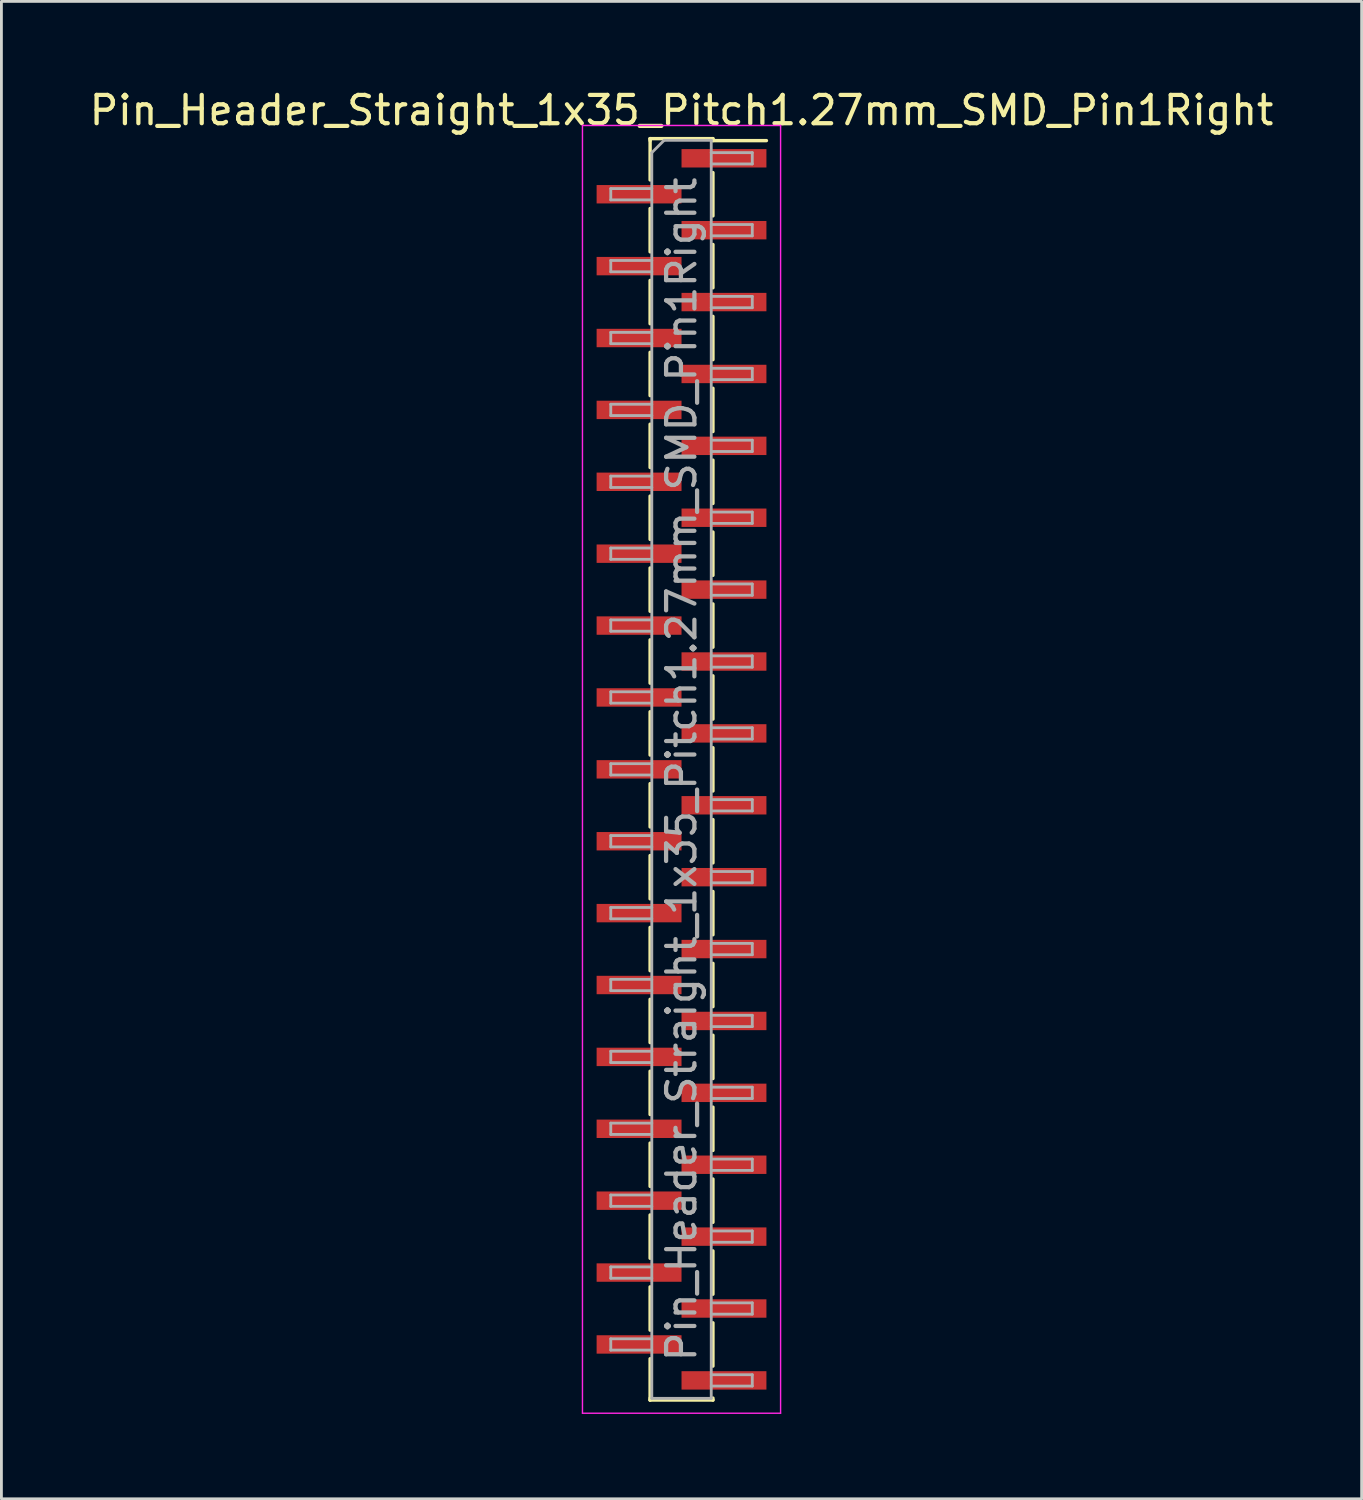
<source format=kicad_pcb>
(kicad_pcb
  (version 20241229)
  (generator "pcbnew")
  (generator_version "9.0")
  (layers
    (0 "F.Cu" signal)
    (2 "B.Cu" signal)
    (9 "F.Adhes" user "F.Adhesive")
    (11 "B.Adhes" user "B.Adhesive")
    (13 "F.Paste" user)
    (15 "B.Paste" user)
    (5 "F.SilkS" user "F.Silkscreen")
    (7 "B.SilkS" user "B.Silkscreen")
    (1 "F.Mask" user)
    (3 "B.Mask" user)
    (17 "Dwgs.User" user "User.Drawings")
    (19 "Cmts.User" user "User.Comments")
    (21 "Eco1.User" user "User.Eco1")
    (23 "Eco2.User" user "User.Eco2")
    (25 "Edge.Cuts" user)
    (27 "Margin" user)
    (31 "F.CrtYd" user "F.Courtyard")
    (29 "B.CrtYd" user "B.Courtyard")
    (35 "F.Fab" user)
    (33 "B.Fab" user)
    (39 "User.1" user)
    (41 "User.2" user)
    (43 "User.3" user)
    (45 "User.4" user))
  (footprint "Pin_Header_Straight_1x35_Pitch1.27mm_SMD_Pin1Right"
    (layer "F.Cu")
    (at 21.03 24.133)
    (property "Reference" "Pin_Header_Straight_1x35_Pitch1.27mm_SMD_Pin1Right" (at 0 -23.285 0) (layer "F.SilkS") (effects (font (size 1 1) (thickness 0.15))))
    (attr smd)
    (fp_line (start -1.11 -22.285) (end -1.11 -20.825) (stroke (width 0.12) (type solid)) (layer "F.SilkS"))
    (fp_line (start -1.11 -22.285) (end 1.11 -22.285) (stroke (width 0.12) (type solid)) (layer "F.SilkS"))
    (fp_line (start -1.11 -22.215) (end -1.11 -22.285) (stroke (width 0.12) (type solid)) (layer "F.SilkS"))
    (fp_line (start -1.11 -19.815) (end -1.11 -18.285) (stroke (width 0.12) (type solid)) (layer "F.SilkS"))
    (fp_line (start -1.11 -17.275) (end -1.11 -15.745) (stroke (width 0.12) (type solid)) (layer "F.SilkS"))
    (fp_line (start -1.11 -14.735) (end -1.11 -13.205) (stroke (width 0.12) (type solid)) (layer "F.SilkS"))
    (fp_line (start -1.11 -12.195) (end -1.11 -10.665) (stroke (width 0.12) (type solid)) (layer "F.SilkS"))
    (fp_line (start -1.11 -9.655) (end -1.11 -8.125) (stroke (width 0.12) (type solid)) (layer "F.SilkS"))
    (fp_line (start -1.11 -7.115) (end -1.11 -5.585) (stroke (width 0.12) (type solid)) (layer "F.SilkS"))
    (fp_line (start -1.11 -4.575) (end -1.11 -3.045) (stroke (width 0.12) (type solid)) (layer "F.SilkS"))
    (fp_line (start -1.11 -2.035) (end -1.11 -0.505) (stroke (width 0.12) (type solid)) (layer "F.SilkS"))
    (fp_line (start -1.11 0.505) (end -1.11 2.035) (stroke (width 0.12) (type solid)) (layer "F.SilkS"))
    (fp_line (start -1.11 3.045) (end -1.11 4.575) (stroke (width 0.12) (type solid)) (layer "F.SilkS"))
    (fp_line (start -1.11 5.585) (end -1.11 7.115) (stroke (width 0.12) (type solid)) (layer "F.SilkS"))
    (fp_line (start -1.11 8.125) (end -1.11 9.655) (stroke (width 0.12) (type solid)) (layer "F.SilkS"))
    (fp_line (start -1.11 10.665) (end -1.11 12.195) (stroke (width 0.12) (type solid)) (layer "F.SilkS"))
    (fp_line (start -1.11 13.205) (end -1.11 14.735) (stroke (width 0.12) (type solid)) (layer "F.SilkS"))
    (fp_line (start -1.11 15.745) (end -1.11 17.275) (stroke (width 0.12) (type solid)) (layer "F.SilkS"))
    (fp_line (start -1.11 18.285) (end -1.11 19.815) (stroke (width 0.12) (type solid)) (layer "F.SilkS"))
    (fp_line (start -1.11 20.825) (end -1.11 22.285) (stroke (width 0.12) (type solid)) (layer "F.SilkS"))
    (fp_line (start -1.11 22.215) (end -1.11 22.285) (stroke (width 0.12) (type solid)) (layer "F.SilkS"))
    (fp_line (start -1.11 22.285) (end 1.11 22.285) (stroke (width 0.12) (type solid)) (layer "F.SilkS"))
    (fp_line (start 1.11 -22.285) (end 1.11 -22.215) (stroke (width 0.12) (type solid)) (layer "F.SilkS"))
    (fp_line (start 1.11 -22.215) (end 3 -22.215) (stroke (width 0.12) (type solid)) (layer "F.SilkS"))
    (fp_line (start 1.11 -21.085) (end 1.11 -19.555) (stroke (width 0.12) (type solid)) (layer "F.SilkS"))
    (fp_line (start 1.11 -18.545) (end 1.11 -17.015) (stroke (width 0.12) (type solid)) (layer "F.SilkS"))
    (fp_line (start 1.11 -16.005) (end 1.11 -14.475) (stroke (width 0.12) (type solid)) (layer "F.SilkS"))
    (fp_line (start 1.11 -13.465) (end 1.11 -11.935) (stroke (width 0.12) (type solid)) (layer "F.SilkS"))
    (fp_line (start 1.11 -10.925) (end 1.11 -9.395) (stroke (width 0.12) (type solid)) (layer "F.SilkS"))
    (fp_line (start 1.11 -8.385) (end 1.11 -6.855) (stroke (width 0.12) (type solid)) (layer "F.SilkS"))
    (fp_line (start 1.11 -5.845) (end 1.11 -4.315) (stroke (width 0.12) (type solid)) (layer "F.SilkS"))
    (fp_line (start 1.11 -3.305) (end 1.11 -1.775) (stroke (width 0.12) (type solid)) (layer "F.SilkS"))
    (fp_line (start 1.11 -0.765) (end 1.11 0.765) (stroke (width 0.12) (type solid)) (layer "F.SilkS"))
    (fp_line (start 1.11 1.775) (end 1.11 3.305) (stroke (width 0.12) (type solid)) (layer "F.SilkS"))
    (fp_line (start 1.11 4.315) (end 1.11 5.845) (stroke (width 0.12) (type solid)) (layer "F.SilkS"))
    (fp_line (start 1.11 6.855) (end 1.11 8.385) (stroke (width 0.12) (type solid)) (layer "F.SilkS"))
    (fp_line (start 1.11 9.395) (end 1.11 10.925) (stroke (width 0.12) (type solid)) (layer "F.SilkS"))
    (fp_line (start 1.11 11.935) (end 1.11 13.465) (stroke (width 0.12) (type solid)) (layer "F.SilkS"))
    (fp_line (start 1.11 14.475) (end 1.11 16.005) (stroke (width 0.12) (type solid)) (layer "F.SilkS"))
    (fp_line (start 1.11 17.015) (end 1.11 18.545) (stroke (width 0.12) (type solid)) (layer "F.SilkS"))
    (fp_line (start 1.11 19.555) (end 1.11 21.085) (stroke (width 0.12) (type solid)) (layer "F.SilkS"))
    (fp_line (start 1.11 22.285) (end 1.11 22.215) (stroke (width 0.12) (type solid)) (layer "F.SilkS"))
    (fp_line (start -3.5 -22.75) (end -3.5 22.75) (stroke (width 0.05) (type solid)) (layer "F.CrtYd"))
    (fp_line (start -3.5 22.75) (end 3.5 22.75) (stroke (width 0.05) (type solid)) (layer "F.CrtYd"))
    (fp_line (start 3.5 -22.75) (end -3.5 -22.75) (stroke (width 0.05) (type solid)) (layer "F.CrtYd"))
    (fp_line (start 3.5 22.75) (end 3.5 -22.75) (stroke (width 0.05) (type solid)) (layer "F.CrtYd"))
    (fp_line (start -2.5 -20.52) (end -2.5 -20.12) (stroke (width 0.1) (type solid)) (layer "F.Fab"))
    (fp_line (start -2.5 -20.12) (end -1.05 -20.12) (stroke (width 0.1) (type solid)) (layer "F.Fab"))
    (fp_line (start -2.5 -17.98) (end -2.5 -17.58) (stroke (width 0.1) (type solid)) (layer "F.Fab"))
    (fp_line (start -2.5 -17.58) (end -1.05 -17.58) (stroke (width 0.1) (type solid)) (layer "F.Fab"))
    (fp_line (start -2.5 -15.44) (end -2.5 -15.04) (stroke (width 0.1) (type solid)) (layer "F.Fab"))
    (fp_line (start -2.5 -15.04) (end -1.05 -15.04) (stroke (width 0.1) (type solid)) (layer "F.Fab"))
    (fp_line (start -2.5 -12.9) (end -2.5 -12.5) (stroke (width 0.1) (type solid)) (layer "F.Fab"))
    (fp_line (start -2.5 -12.5) (end -1.05 -12.5) (stroke (width 0.1) (type solid)) (layer "F.Fab"))
    (fp_line (start -2.5 -10.36) (end -2.5 -9.96) (stroke (width 0.1) (type solid)) (layer "F.Fab"))
    (fp_line (start -2.5 -9.96) (end -1.05 -9.96) (stroke (width 0.1) (type solid)) (layer "F.Fab"))
    (fp_line (start -2.5 -7.82) (end -2.5 -7.42) (stroke (width 0.1) (type solid)) (layer "F.Fab"))
    (fp_line (start -2.5 -7.42) (end -1.05 -7.42) (stroke (width 0.1) (type solid)) (layer "F.Fab"))
    (fp_line (start -2.5 -5.28) (end -2.5 -4.88) (stroke (width 0.1) (type solid)) (layer "F.Fab"))
    (fp_line (start -2.5 -4.88) (end -1.05 -4.88) (stroke (width 0.1) (type solid)) (layer "F.Fab"))
    (fp_line (start -2.5 -2.74) (end -2.5 -2.34) (stroke (width 0.1) (type solid)) (layer "F.Fab"))
    (fp_line (start -2.5 -2.34) (end -1.05 -2.34) (stroke (width 0.1) (type solid)) (layer "F.Fab"))
    (fp_line (start -2.5 -0.2) (end -2.5 0.2) (stroke (width 0.1) (type solid)) (layer "F.Fab"))
    (fp_line (start -2.5 0.2) (end -1.05 0.2) (stroke (width 0.1) (type solid)) (layer "F.Fab"))
    (fp_line (start -2.5 2.34) (end -2.5 2.74) (stroke (width 0.1) (type solid)) (layer "F.Fab"))
    (fp_line (start -2.5 2.74) (end -1.05 2.74) (stroke (width 0.1) (type solid)) (layer "F.Fab"))
    (fp_line (start -2.5 4.88) (end -2.5 5.28) (stroke (width 0.1) (type solid)) (layer "F.Fab"))
    (fp_line (start -2.5 5.28) (end -1.05 5.28) (stroke (width 0.1) (type solid)) (layer "F.Fab"))
    (fp_line (start -2.5 7.42) (end -2.5 7.82) (stroke (width 0.1) (type solid)) (layer "F.Fab"))
    (fp_line (start -2.5 7.82) (end -1.05 7.82) (stroke (width 0.1) (type solid)) (layer "F.Fab"))
    (fp_line (start -2.5 9.96) (end -2.5 10.36) (stroke (width 0.1) (type solid)) (layer "F.Fab"))
    (fp_line (start -2.5 10.36) (end -1.05 10.36) (stroke (width 0.1) (type solid)) (layer "F.Fab"))
    (fp_line (start -2.5 12.5) (end -2.5 12.9) (stroke (width 0.1) (type solid)) (layer "F.Fab"))
    (fp_line (start -2.5 12.9) (end -1.05 12.9) (stroke (width 0.1) (type solid)) (layer "F.Fab"))
    (fp_line (start -2.5 15.04) (end -2.5 15.44) (stroke (width 0.1) (type solid)) (layer "F.Fab"))
    (fp_line (start -2.5 15.44) (end -1.05 15.44) (stroke (width 0.1) (type solid)) (layer "F.Fab"))
    (fp_line (start -2.5 17.58) (end -2.5 17.98) (stroke (width 0.1) (type solid)) (layer "F.Fab"))
    (fp_line (start -2.5 17.98) (end -1.05 17.98) (stroke (width 0.1) (type solid)) (layer "F.Fab"))
    (fp_line (start -2.5 20.12) (end -2.5 20.52) (stroke (width 0.1) (type solid)) (layer "F.Fab"))
    (fp_line (start -2.5 20.52) (end -1.05 20.52) (stroke (width 0.1) (type solid)) (layer "F.Fab"))
    (fp_line (start -1.05 -21.79) (end -0.615 -22.225) (stroke (width 0.1) (type solid)) (layer "F.Fab"))
    (fp_line (start -1.05 -20.52) (end -2.5 -20.52) (stroke (width 0.1) (type solid)) (layer "F.Fab"))
    (fp_line (start -1.05 -17.98) (end -2.5 -17.98) (stroke (width 0.1) (type solid)) (layer "F.Fab"))
    (fp_line (start -1.05 -15.44) (end -2.5 -15.44) (stroke (width 0.1) (type solid)) (layer "F.Fab"))
    (fp_line (start -1.05 -12.9) (end -2.5 -12.9) (stroke (width 0.1) (type solid)) (layer "F.Fab"))
    (fp_line (start -1.05 -10.36) (end -2.5 -10.36) (stroke (width 0.1) (type solid)) (layer "F.Fab"))
    (fp_line (start -1.05 -7.82) (end -2.5 -7.82) (stroke (width 0.1) (type solid)) (layer "F.Fab"))
    (fp_line (start -1.05 -5.28) (end -2.5 -5.28) (stroke (width 0.1) (type solid)) (layer "F.Fab"))
    (fp_line (start -1.05 -2.74) (end -2.5 -2.74) (stroke (width 0.1) (type solid)) (layer "F.Fab"))
    (fp_line (start -1.05 -0.2) (end -2.5 -0.2) (stroke (width 0.1) (type solid)) (layer "F.Fab"))
    (fp_line (start -1.05 2.34) (end -2.5 2.34) (stroke (width 0.1) (type solid)) (layer "F.Fab"))
    (fp_line (start -1.05 4.88) (end -2.5 4.88) (stroke (width 0.1) (type solid)) (layer "F.Fab"))
    (fp_line (start -1.05 7.42) (end -2.5 7.42) (stroke (width 0.1) (type solid)) (layer "F.Fab"))
    (fp_line (start -1.05 9.96) (end -2.5 9.96) (stroke (width 0.1) (type solid)) (layer "F.Fab"))
    (fp_line (start -1.05 12.5) (end -2.5 12.5) (stroke (width 0.1) (type solid)) (layer "F.Fab"))
    (fp_line (start -1.05 15.04) (end -2.5 15.04) (stroke (width 0.1) (type solid)) (layer "F.Fab"))
    (fp_line (start -1.05 17.58) (end -2.5 17.58) (stroke (width 0.1) (type solid)) (layer "F.Fab"))
    (fp_line (start -1.05 20.12) (end -2.5 20.12) (stroke (width 0.1) (type solid)) (layer "F.Fab"))
    (fp_line (start -1.05 22.225) (end -1.05 -21.79) (stroke (width 0.1) (type solid)) (layer "F.Fab"))
    (fp_line (start -0.615 -22.225) (end 1.05 -22.225) (stroke (width 0.1) (type solid)) (layer "F.Fab"))
    (fp_line (start 1.05 -22.225) (end 1.05 22.225) (stroke (width 0.1) (type solid)) (layer "F.Fab"))
    (fp_line (start 1.05 -21.79) (end 2.5 -21.79) (stroke (width 0.1) (type solid)) (layer "F.Fab"))
    (fp_line (start 1.05 -19.25) (end 2.5 -19.25) (stroke (width 0.1) (type solid)) (layer "F.Fab"))
    (fp_line (start 1.05 -16.71) (end 2.5 -16.71) (stroke (width 0.1) (type solid)) (layer "F.Fab"))
    (fp_line (start 1.05 -14.17) (end 2.5 -14.17) (stroke (width 0.1) (type solid)) (layer "F.Fab"))
    (fp_line (start 1.05 -11.63) (end 2.5 -11.63) (stroke (width 0.1) (type solid)) (layer "F.Fab"))
    (fp_line (start 1.05 -9.09) (end 2.5 -9.09) (stroke (width 0.1) (type solid)) (layer "F.Fab"))
    (fp_line (start 1.05 -6.55) (end 2.5 -6.55) (stroke (width 0.1) (type solid)) (layer "F.Fab"))
    (fp_line (start 1.05 -4.01) (end 2.5 -4.01) (stroke (width 0.1) (type solid)) (layer "F.Fab"))
    (fp_line (start 1.05 -1.47) (end 2.5 -1.47) (stroke (width 0.1) (type solid)) (layer "F.Fab"))
    (fp_line (start 1.05 1.07) (end 2.5 1.07) (stroke (width 0.1) (type solid)) (layer "F.Fab"))
    (fp_line (start 1.05 3.61) (end 2.5 3.61) (stroke (width 0.1) (type solid)) (layer "F.Fab"))
    (fp_line (start 1.05 6.15) (end 2.5 6.15) (stroke (width 0.1) (type solid)) (layer "F.Fab"))
    (fp_line (start 1.05 8.69) (end 2.5 8.69) (stroke (width 0.1) (type solid)) (layer "F.Fab"))
    (fp_line (start 1.05 11.23) (end 2.5 11.23) (stroke (width 0.1) (type solid)) (layer "F.Fab"))
    (fp_line (start 1.05 13.77) (end 2.5 13.77) (stroke (width 0.1) (type solid)) (layer "F.Fab"))
    (fp_line (start 1.05 16.31) (end 2.5 16.31) (stroke (width 0.1) (type solid)) (layer "F.Fab"))
    (fp_line (start 1.05 18.85) (end 2.5 18.85) (stroke (width 0.1) (type solid)) (layer "F.Fab"))
    (fp_line (start 1.05 21.39) (end 2.5 21.39) (stroke (width 0.1) (type solid)) (layer "F.Fab"))
    (fp_line (start 1.05 22.225) (end -1.05 22.225) (stroke (width 0.1) (type solid)) (layer "F.Fab"))
    (fp_line (start 2.5 -21.79) (end 2.5 -21.39) (stroke (width 0.1) (type solid)) (layer "F.Fab"))
    (fp_line (start 2.5 -21.39) (end 1.05 -21.39) (stroke (width 0.1) (type solid)) (layer "F.Fab"))
    (fp_line (start 2.5 -19.25) (end 2.5 -18.85) (stroke (width 0.1) (type solid)) (layer "F.Fab"))
    (fp_line (start 2.5 -18.85) (end 1.05 -18.85) (stroke (width 0.1) (type solid)) (layer "F.Fab"))
    (fp_line (start 2.5 -16.71) (end 2.5 -16.31) (stroke (width 0.1) (type solid)) (layer "F.Fab"))
    (fp_line (start 2.5 -16.31) (end 1.05 -16.31) (stroke (width 0.1) (type solid)) (layer "F.Fab"))
    (fp_line (start 2.5 -14.17) (end 2.5 -13.77) (stroke (width 0.1) (type solid)) (layer "F.Fab"))
    (fp_line (start 2.5 -13.77) (end 1.05 -13.77) (stroke (width 0.1) (type solid)) (layer "F.Fab"))
    (fp_line (start 2.5 -11.63) (end 2.5 -11.23) (stroke (width 0.1) (type solid)) (layer "F.Fab"))
    (fp_line (start 2.5 -11.23) (end 1.05 -11.23) (stroke (width 0.1) (type solid)) (layer "F.Fab"))
    (fp_line (start 2.5 -9.09) (end 2.5 -8.69) (stroke (width 0.1) (type solid)) (layer "F.Fab"))
    (fp_line (start 2.5 -8.69) (end 1.05 -8.69) (stroke (width 0.1) (type solid)) (layer "F.Fab"))
    (fp_line (start 2.5 -6.55) (end 2.5 -6.15) (stroke (width 0.1) (type solid)) (layer "F.Fab"))
    (fp_line (start 2.5 -6.15) (end 1.05 -6.15) (stroke (width 0.1) (type solid)) (layer "F.Fab"))
    (fp_line (start 2.5 -4.01) (end 2.5 -3.61) (stroke (width 0.1) (type solid)) (layer "F.Fab"))
    (fp_line (start 2.5 -3.61) (end 1.05 -3.61) (stroke (width 0.1) (type solid)) (layer "F.Fab"))
    (fp_line (start 2.5 -1.47) (end 2.5 -1.07) (stroke (width 0.1) (type solid)) (layer "F.Fab"))
    (fp_line (start 2.5 -1.07) (end 1.05 -1.07) (stroke (width 0.1) (type solid)) (layer "F.Fab"))
    (fp_line (start 2.5 1.07) (end 2.5 1.47) (stroke (width 0.1) (type solid)) (layer "F.Fab"))
    (fp_line (start 2.5 1.47) (end 1.05 1.47) (stroke (width 0.1) (type solid)) (layer "F.Fab"))
    (fp_line (start 2.5 3.61) (end 2.5 4.01) (stroke (width 0.1) (type solid)) (layer "F.Fab"))
    (fp_line (start 2.5 4.01) (end 1.05 4.01) (stroke (width 0.1) (type solid)) (layer "F.Fab"))
    (fp_line (start 2.5 6.15) (end 2.5 6.55) (stroke (width 0.1) (type solid)) (layer "F.Fab"))
    (fp_line (start 2.5 6.55) (end 1.05 6.55) (stroke (width 0.1) (type solid)) (layer "F.Fab"))
    (fp_line (start 2.5 8.69) (end 2.5 9.09) (stroke (width 0.1) (type solid)) (layer "F.Fab"))
    (fp_line (start 2.5 9.09) (end 1.05 9.09) (stroke (width 0.1) (type solid)) (layer "F.Fab"))
    (fp_line (start 2.5 11.23) (end 2.5 11.63) (stroke (width 0.1) (type solid)) (layer "F.Fab"))
    (fp_line (start 2.5 11.63) (end 1.05 11.63) (stroke (width 0.1) (type solid)) (layer "F.Fab"))
    (fp_line (start 2.5 13.77) (end 2.5 14.17) (stroke (width 0.1) (type solid)) (layer "F.Fab"))
    (fp_line (start 2.5 14.17) (end 1.05 14.17) (stroke (width 0.1) (type solid)) (layer "F.Fab"))
    (fp_line (start 2.5 16.31) (end 2.5 16.71) (stroke (width 0.1) (type solid)) (layer "F.Fab"))
    (fp_line (start 2.5 16.71) (end 1.05 16.71) (stroke (width 0.1) (type solid)) (layer "F.Fab"))
    (fp_line (start 2.5 18.85) (end 2.5 19.25) (stroke (width 0.1) (type solid)) (layer "F.Fab"))
    (fp_line (start 2.5 19.25) (end 1.05 19.25) (stroke (width 0.1) (type solid)) (layer "F.Fab"))
    (fp_line (start 2.5 21.39) (end 2.5 21.79) (stroke (width 0.1) (type solid)) (layer "F.Fab"))
    (fp_line (start 2.5 21.79) (end 1.05 21.79) (stroke (width 0.1) (type solid)) (layer "F.Fab"))
    (fp_text user "${REFERENCE}" (at 0 0 90) (layer "F.Fab") (effects (font (size 1 1) (thickness 0.15))))
    (pad "1" smd rect (at 1.5 -21.59) (size 3 0.65) (layers "F.Cu" "F.Mask" "F.Paste"))
    (pad "2" smd rect (at -1.5 -20.32) (size 3 0.65) (layers "F.Cu" "F.Mask" "F.Paste"))
    (pad "3" smd rect (at 1.5 -19.05) (size 3 0.65) (layers "F.Cu" "F.Mask" "F.Paste"))
    (pad "4" smd rect (at -1.5 -17.78) (size 3 0.65) (layers "F.Cu" "F.Mask" "F.Paste"))
    (pad "5" smd rect (at 1.5 -16.51) (size 3 0.65) (layers "F.Cu" "F.Mask" "F.Paste"))
    (pad "6" smd rect (at -1.5 -15.24) (size 3 0.65) (layers "F.Cu" "F.Mask" "F.Paste"))
    (pad "7" smd rect (at 1.5 -13.97) (size 3 0.65) (layers "F.Cu" "F.Mask" "F.Paste"))
    (pad "8" smd rect (at -1.5 -12.7) (size 3 0.65) (layers "F.Cu" "F.Mask" "F.Paste"))
    (pad "9" smd rect (at 1.5 -11.43) (size 3 0.65) (layers "F.Cu" "F.Mask" "F.Paste"))
    (pad "10" smd rect (at -1.5 -10.16) (size 3 0.65) (layers "F.Cu" "F.Mask" "F.Paste"))
    (pad "11" smd rect (at 1.5 -8.89) (size 3 0.65) (layers "F.Cu" "F.Mask" "F.Paste"))
    (pad "12" smd rect (at -1.5 -7.62) (size 3 0.65) (layers "F.Cu" "F.Mask" "F.Paste"))
    (pad "13" smd rect (at 1.5 -6.35) (size 3 0.65) (layers "F.Cu" "F.Mask" "F.Paste"))
    (pad "14" smd rect (at -1.5 -5.08) (size 3 0.65) (layers "F.Cu" "F.Mask" "F.Paste"))
    (pad "15" smd rect (at 1.5 -3.81) (size 3 0.65) (layers "F.Cu" "F.Mask" "F.Paste"))
    (pad "16" smd rect (at -1.5 -2.54) (size 3 0.65) (layers "F.Cu" "F.Mask" "F.Paste"))
    (pad "17" smd rect (at 1.5 -1.27) (size 3 0.65) (layers "F.Cu" "F.Mask" "F.Paste"))
    (pad "18" smd rect (at -1.5 0) (size 3 0.65) (layers "F.Cu" "F.Mask" "F.Paste"))
    (pad "19" smd rect (at 1.5 1.27) (size 3 0.65) (layers "F.Cu" "F.Mask" "F.Paste"))
    (pad "20" smd rect (at -1.5 2.54) (size 3 0.65) (layers "F.Cu" "F.Mask" "F.Paste"))
    (pad "21" smd rect (at 1.5 3.81) (size 3 0.65) (layers "F.Cu" "F.Mask" "F.Paste"))
    (pad "22" smd rect (at -1.5 5.08) (size 3 0.65) (layers "F.Cu" "F.Mask" "F.Paste"))
    (pad "23" smd rect (at 1.5 6.35) (size 3 0.65) (layers "F.Cu" "F.Mask" "F.Paste"))
    (pad "24" smd rect (at -1.5 7.62) (size 3 0.65) (layers "F.Cu" "F.Mask" "F.Paste"))
    (pad "25" smd rect (at 1.5 8.89) (size 3 0.65) (layers "F.Cu" "F.Mask" "F.Paste"))
    (pad "26" smd rect (at -1.5 10.16) (size 3 0.65) (layers "F.Cu" "F.Mask" "F.Paste"))
    (pad "27" smd rect (at 1.5 11.43) (size 3 0.65) (layers "F.Cu" "F.Mask" "F.Paste"))
    (pad "28" smd rect (at -1.5 12.7) (size 3 0.65) (layers "F.Cu" "F.Mask" "F.Paste"))
    (pad "29" smd rect (at 1.5 13.97) (size 3 0.65) (layers "F.Cu" "F.Mask" "F.Paste"))
    (pad "30" smd rect (at -1.5 15.24) (size 3 0.65) (layers "F.Cu" "F.Mask" "F.Paste"))
    (pad "31" smd rect (at 1.5 16.51) (size 3 0.65) (layers "F.Cu" "F.Mask" "F.Paste"))
    (pad "32" smd rect (at -1.5 17.78) (size 3 0.65) (layers "F.Cu" "F.Mask" "F.Paste"))
    (pad "33" smd rect (at 1.5 19.05) (size 3 0.65) (layers "F.Cu" "F.Mask" "F.Paste"))
    (pad "34" smd rect (at -1.5 20.32) (size 3 0.65) (layers "F.Cu" "F.Mask" "F.Paste"))
    (pad "35" smd rect (at 1.5 21.59) (size 3 0.65) (layers "F.Cu" "F.Mask" "F.Paste")))
  (gr_rect
    (start -3 -3)
    (end 45.06 49.908)
    (stroke (width 0.1) (type default))
    (fill no)
    (layer "Edge.Cuts")))
</source>
